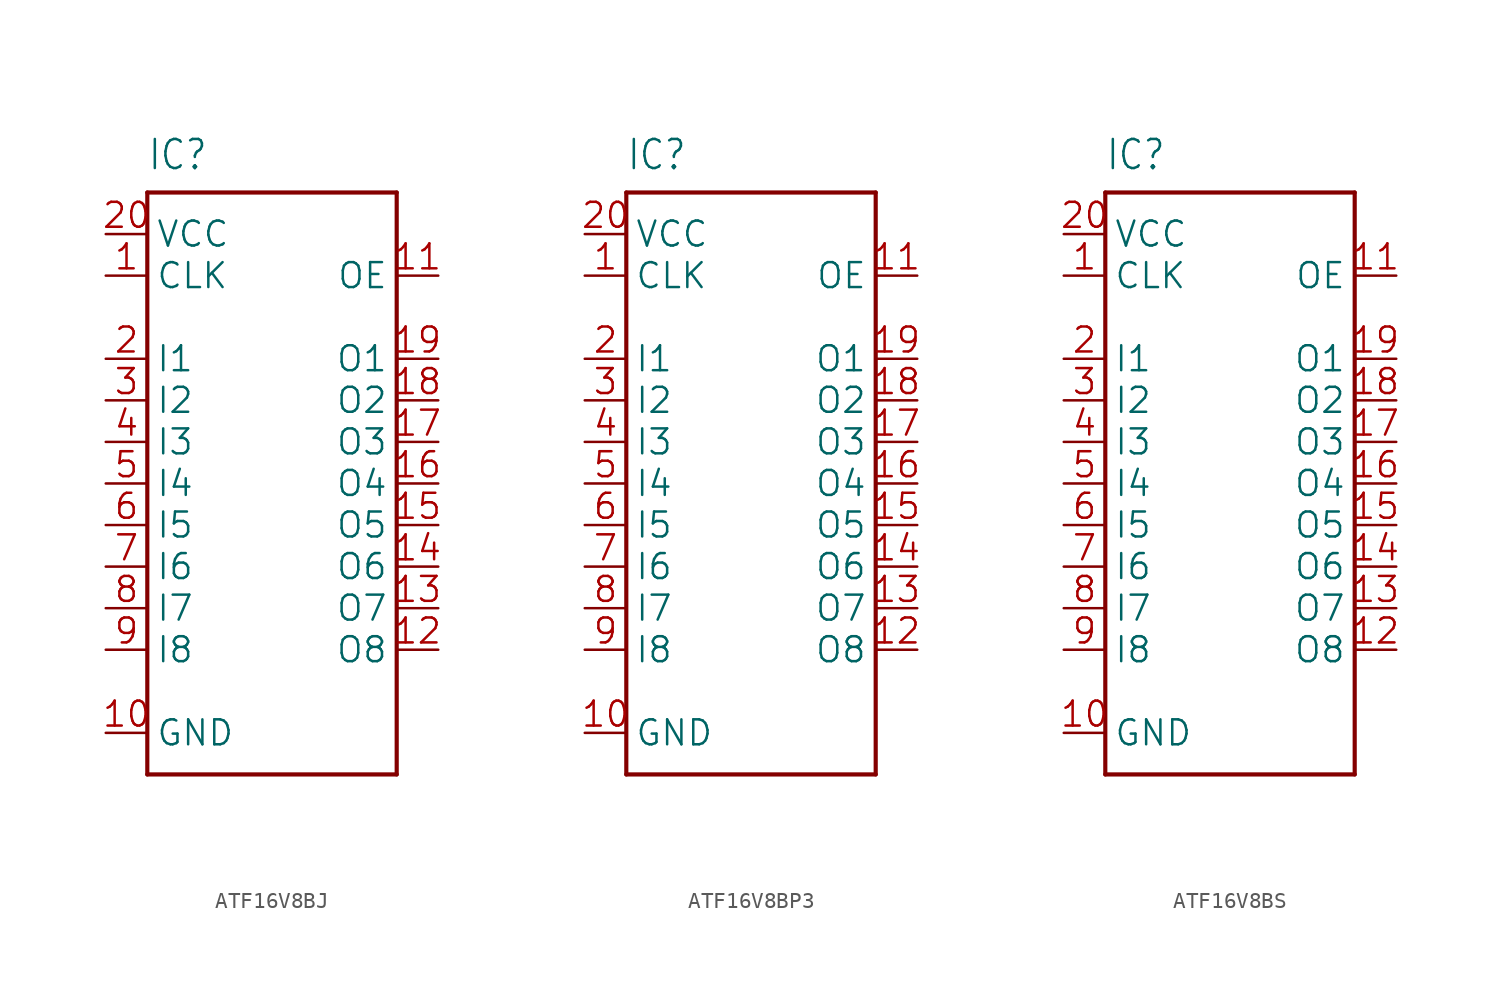
<source format=kicad_sym>
(kicad_symbol_lib
  (version 20241209)
  (generator "kicad_symbol_editor")
  (generator_version "9.0")
  (symbol "ATF16V8BJ"
    (property "Reference" "IC"
      (at -7.62 19.05 0)
      (effects (font (size 1.778 1.511)) (justify left bottom)))
    (property "Value" ""
      (at -7.62 -20.32 0)
      (effects (font (size 1.778 1.511)) (justify left bottom)))
    (property "ki_locked" ""
      (at 0 0 0)
      (effects (font (size 1.27 1.27))))
    (symbol "ATF16V8BJ_1_0"
      (polyline (pts (xy -7.62 17.78) (xy 7.62 17.78)) (stroke (width 0.254) (type solid)) (fill (type none)))
      (polyline (pts (xy -7.62 -17.78) (xy -7.62 17.78)) (stroke (width 0.254) (type solid)) (fill (type none)))
      (polyline (pts (xy 7.62 17.78) (xy 7.62 -17.78)) (stroke (width 0.254) (type solid)) (fill (type none)))
      (polyline (pts (xy 7.62 -17.78) (xy -7.62 -17.78)) (stroke (width 0.254) (type solid)) (fill (type none)))
      (pin power_in line (at -10.16 15.24 0) (length 2.54) (name "VCC" (effects (font (size 1.524 1.524)))) (number "20" (effects (font (size 1.524 1.524)))))
      (pin input line (at -10.16 12.7 0) (length 2.54) (name "CLK" (effects (font (size 1.524 1.524)))) (number "1" (effects (font (size 1.524 1.524)))))
      (pin input line (at -10.16 7.62 0) (length 2.54) (name "I1" (effects (font (size 1.524 1.524)))) (number "2" (effects (font (size 1.524 1.524)))))
      (pin input line (at -10.16 5.08 0) (length 2.54) (name "I2" (effects (font (size 1.524 1.524)))) (number "3" (effects (font (size 1.524 1.524)))))
      (pin input line (at -10.16 2.54 0) (length 2.54) (name "I3" (effects (font (size 1.524 1.524)))) (number "4" (effects (font (size 1.524 1.524)))))
      (pin input line (at -10.16 0 0) (length 2.54) (name "I4" (effects (font (size 1.524 1.524)))) (number "5" (effects (font (size 1.524 1.524)))))
      (pin input line (at -10.16 -2.54 0) (length 2.54) (name "I5" (effects (font (size 1.524 1.524)))) (number "6" (effects (font (size 1.524 1.524)))))
      (pin input line (at -10.16 -5.08 0) (length 2.54) (name "I6" (effects (font (size 1.524 1.524)))) (number "7" (effects (font (size 1.524 1.524)))))
      (pin input line (at -10.16 -7.62 0) (length 2.54) (name "I7" (effects (font (size 1.524 1.524)))) (number "8" (effects (font (size 1.524 1.524)))))
      (pin input line (at -10.16 -10.16 0) (length 2.54) (name "I8" (effects (font (size 1.524 1.524)))) (number "9" (effects (font (size 1.524 1.524)))))
      (pin power_in line (at -10.16 -15.24 0) (length 2.54) (name "GND" (effects (font (size 1.524 1.524)))) (number "10" (effects (font (size 1.524 1.524)))))
      (pin input line (at 10.16 12.7 180) (length 2.54) (name "OE" (effects (font (size 1.524 1.524)))) (number "11" (effects (font (size 1.524 1.524)))))
      (pin output line (at 10.16 7.62 180) (length 2.54) (name "O1" (effects (font (size 1.524 1.524)))) (number "19" (effects (font (size 1.524 1.524)))))
      (pin output line (at 10.16 5.08 180) (length 2.54) (name "O2" (effects (font (size 1.524 1.524)))) (number "18" (effects (font (size 1.524 1.524)))))
      (pin output line (at 10.16 2.54 180) (length 2.54) (name "O3" (effects (font (size 1.524 1.524)))) (number "17" (effects (font (size 1.524 1.524)))))
      (pin output line (at 10.16 0 180) (length 2.54) (name "O4" (effects (font (size 1.524 1.524)))) (number "16" (effects (font (size 1.524 1.524)))))
      (pin output line (at 10.16 -2.54 180) (length 2.54) (name "O5" (effects (font (size 1.524 1.524)))) (number "15" (effects (font (size 1.524 1.524)))))
      (pin output line (at 10.16 -5.08 180) (length 2.54) (name "O6" (effects (font (size 1.524 1.524)))) (number "14" (effects (font (size 1.524 1.524)))))
      (pin output line (at 10.16 -7.62 180) (length 2.54) (name "O7" (effects (font (size 1.524 1.524)))) (number "13" (effects (font (size 1.524 1.524)))))
      (pin output line (at 10.16 -10.16 180) (length 2.54) (name "O8" (effects (font (size 1.524 1.524)))) (number "12" (effects (font (size 1.524 1.524)))))))
  (symbol "ATF16V8BP3"
    (property "Reference" "IC"
      (at -7.62 19.05 0)
      (effects (font (size 1.778 1.511)) (justify left bottom)))
    (property "Value" ""
      (at -7.62 -20.32 0)
      (effects (font (size 1.778 1.511)) (justify left bottom)))
    (property "ki_locked" ""
      (at 0 0 0)
      (effects (font (size 1.27 1.27))))
    (symbol "ATF16V8BP3_1_0"
      (polyline (pts (xy -7.62 17.78) (xy 7.62 17.78)) (stroke (width 0.254) (type solid)) (fill (type none)))
      (polyline (pts (xy -7.62 -17.78) (xy -7.62 17.78)) (stroke (width 0.254) (type solid)) (fill (type none)))
      (polyline (pts (xy 7.62 17.78) (xy 7.62 -17.78)) (stroke (width 0.254) (type solid)) (fill (type none)))
      (polyline (pts (xy 7.62 -17.78) (xy -7.62 -17.78)) (stroke (width 0.254) (type solid)) (fill (type none)))
      (pin power_in line (at -10.16 15.24 0) (length 2.54) (name "VCC" (effects (font (size 1.524 1.524)))) (number "20" (effects (font (size 1.524 1.524)))))
      (pin input line (at -10.16 12.7 0) (length 2.54) (name "CLK" (effects (font (size 1.524 1.524)))) (number "1" (effects (font (size 1.524 1.524)))))
      (pin input line (at -10.16 7.62 0) (length 2.54) (name "I1" (effects (font (size 1.524 1.524)))) (number "2" (effects (font (size 1.524 1.524)))))
      (pin input line (at -10.16 5.08 0) (length 2.54) (name "I2" (effects (font (size 1.524 1.524)))) (number "3" (effects (font (size 1.524 1.524)))))
      (pin input line (at -10.16 2.54 0) (length 2.54) (name "I3" (effects (font (size 1.524 1.524)))) (number "4" (effects (font (size 1.524 1.524)))))
      (pin input line (at -10.16 0 0) (length 2.54) (name "I4" (effects (font (size 1.524 1.524)))) (number "5" (effects (font (size 1.524 1.524)))))
      (pin input line (at -10.16 -2.54 0) (length 2.54) (name "I5" (effects (font (size 1.524 1.524)))) (number "6" (effects (font (size 1.524 1.524)))))
      (pin input line (at -10.16 -5.08 0) (length 2.54) (name "I6" (effects (font (size 1.524 1.524)))) (number "7" (effects (font (size 1.524 1.524)))))
      (pin input line (at -10.16 -7.62 0) (length 2.54) (name "I7" (effects (font (size 1.524 1.524)))) (number "8" (effects (font (size 1.524 1.524)))))
      (pin input line (at -10.16 -10.16 0) (length 2.54) (name "I8" (effects (font (size 1.524 1.524)))) (number "9" (effects (font (size 1.524 1.524)))))
      (pin power_in line (at -10.16 -15.24 0) (length 2.54) (name "GND" (effects (font (size 1.524 1.524)))) (number "10" (effects (font (size 1.524 1.524)))))
      (pin input line (at 10.16 12.7 180) (length 2.54) (name "OE" (effects (font (size 1.524 1.524)))) (number "11" (effects (font (size 1.524 1.524)))))
      (pin output line (at 10.16 7.62 180) (length 2.54) (name "O1" (effects (font (size 1.524 1.524)))) (number "19" (effects (font (size 1.524 1.524)))))
      (pin output line (at 10.16 5.08 180) (length 2.54) (name "O2" (effects (font (size 1.524 1.524)))) (number "18" (effects (font (size 1.524 1.524)))))
      (pin output line (at 10.16 2.54 180) (length 2.54) (name "O3" (effects (font (size 1.524 1.524)))) (number "17" (effects (font (size 1.524 1.524)))))
      (pin output line (at 10.16 0 180) (length 2.54) (name "O4" (effects (font (size 1.524 1.524)))) (number "16" (effects (font (size 1.524 1.524)))))
      (pin output line (at 10.16 -2.54 180) (length 2.54) (name "O5" (effects (font (size 1.524 1.524)))) (number "15" (effects (font (size 1.524 1.524)))))
      (pin output line (at 10.16 -5.08 180) (length 2.54) (name "O6" (effects (font (size 1.524 1.524)))) (number "14" (effects (font (size 1.524 1.524)))))
      (pin output line (at 10.16 -7.62 180) (length 2.54) (name "O7" (effects (font (size 1.524 1.524)))) (number "13" (effects (font (size 1.524 1.524)))))
      (pin output line (at 10.16 -10.16 180) (length 2.54) (name "O8" (effects (font (size 1.524 1.524)))) (number "12" (effects (font (size 1.524 1.524)))))))
  (symbol "ATF16V8BS"
    (property "Reference" "IC"
      (at -7.62 19.05 0)
      (effects (font (size 1.778 1.511)) (justify left bottom)))
    (property "Value" ""
      (at -7.62 -20.32 0)
      (effects (font (size 1.778 1.511)) (justify left bottom)))
    (property "ki_locked" ""
      (at 0 0 0)
      (effects (font (size 1.27 1.27))))
    (symbol "ATF16V8BS_1_0"
      (polyline (pts (xy -7.62 17.78) (xy 7.62 17.78)) (stroke (width 0.254) (type solid)) (fill (type none)))
      (polyline (pts (xy -7.62 -17.78) (xy -7.62 17.78)) (stroke (width 0.254) (type solid)) (fill (type none)))
      (polyline (pts (xy 7.62 17.78) (xy 7.62 -17.78)) (stroke (width 0.254) (type solid)) (fill (type none)))
      (polyline (pts (xy 7.62 -17.78) (xy -7.62 -17.78)) (stroke (width 0.254) (type solid)) (fill (type none)))
      (pin power_in line (at -10.16 15.24 0) (length 2.54) (name "VCC" (effects (font (size 1.524 1.524)))) (number "20" (effects (font (size 1.524 1.524)))))
      (pin input line (at -10.16 12.7 0) (length 2.54) (name "CLK" (effects (font (size 1.524 1.524)))) (number "1" (effects (font (size 1.524 1.524)))))
      (pin input line (at -10.16 7.62 0) (length 2.54) (name "I1" (effects (font (size 1.524 1.524)))) (number "2" (effects (font (size 1.524 1.524)))))
      (pin input line (at -10.16 5.08 0) (length 2.54) (name "I2" (effects (font (size 1.524 1.524)))) (number "3" (effects (font (size 1.524 1.524)))))
      (pin input line (at -10.16 2.54 0) (length 2.54) (name "I3" (effects (font (size 1.524 1.524)))) (number "4" (effects (font (size 1.524 1.524)))))
      (pin input line (at -10.16 0 0) (length 2.54) (name "I4" (effects (font (size 1.524 1.524)))) (number "5" (effects (font (size 1.524 1.524)))))
      (pin input line (at -10.16 -2.54 0) (length 2.54) (name "I5" (effects (font (size 1.524 1.524)))) (number "6" (effects (font (size 1.524 1.524)))))
      (pin input line (at -10.16 -5.08 0) (length 2.54) (name "I6" (effects (font (size 1.524 1.524)))) (number "7" (effects (font (size 1.524 1.524)))))
      (pin input line (at -10.16 -7.62 0) (length 2.54) (name "I7" (effects (font (size 1.524 1.524)))) (number "8" (effects (font (size 1.524 1.524)))))
      (pin input line (at -10.16 -10.16 0) (length 2.54) (name "I8" (effects (font (size 1.524 1.524)))) (number "9" (effects (font (size 1.524 1.524)))))
      (pin power_in line (at -10.16 -15.24 0) (length 2.54) (name "GND" (effects (font (size 1.524 1.524)))) (number "10" (effects (font (size 1.524 1.524)))))
      (pin input line (at 10.16 12.7 180) (length 2.54) (name "OE" (effects (font (size 1.524 1.524)))) (number "11" (effects (font (size 1.524 1.524)))))
      (pin output line (at 10.16 7.62 180) (length 2.54) (name "O1" (effects (font (size 1.524 1.524)))) (number "19" (effects (font (size 1.524 1.524)))))
      (pin output line (at 10.16 5.08 180) (length 2.54) (name "O2" (effects (font (size 1.524 1.524)))) (number "18" (effects (font (size 1.524 1.524)))))
      (pin output line (at 10.16 2.54 180) (length 2.54) (name "O3" (effects (font (size 1.524 1.524)))) (number "17" (effects (font (size 1.524 1.524)))))
      (pin output line (at 10.16 0 180) (length 2.54) (name "O4" (effects (font (size 1.524 1.524)))) (number "16" (effects (font (size 1.524 1.524)))))
      (pin output line (at 10.16 -2.54 180) (length 2.54) (name "O5" (effects (font (size 1.524 1.524)))) (number "15" (effects (font (size 1.524 1.524)))))
      (pin output line (at 10.16 -5.08 180) (length 2.54) (name "O6" (effects (font (size 1.524 1.524)))) (number "14" (effects (font (size 1.524 1.524)))))
      (pin output line (at 10.16 -7.62 180) (length 2.54) (name "O7" (effects (font (size 1.524 1.524)))) (number "13" (effects (font (size 1.524 1.524)))))
      (pin output line (at 10.16 -10.16 180) (length 2.54) (name "O8" (effects (font (size 1.524 1.524)))) (number "12" (effects (font (size 1.524 1.524))))))))
</source>
